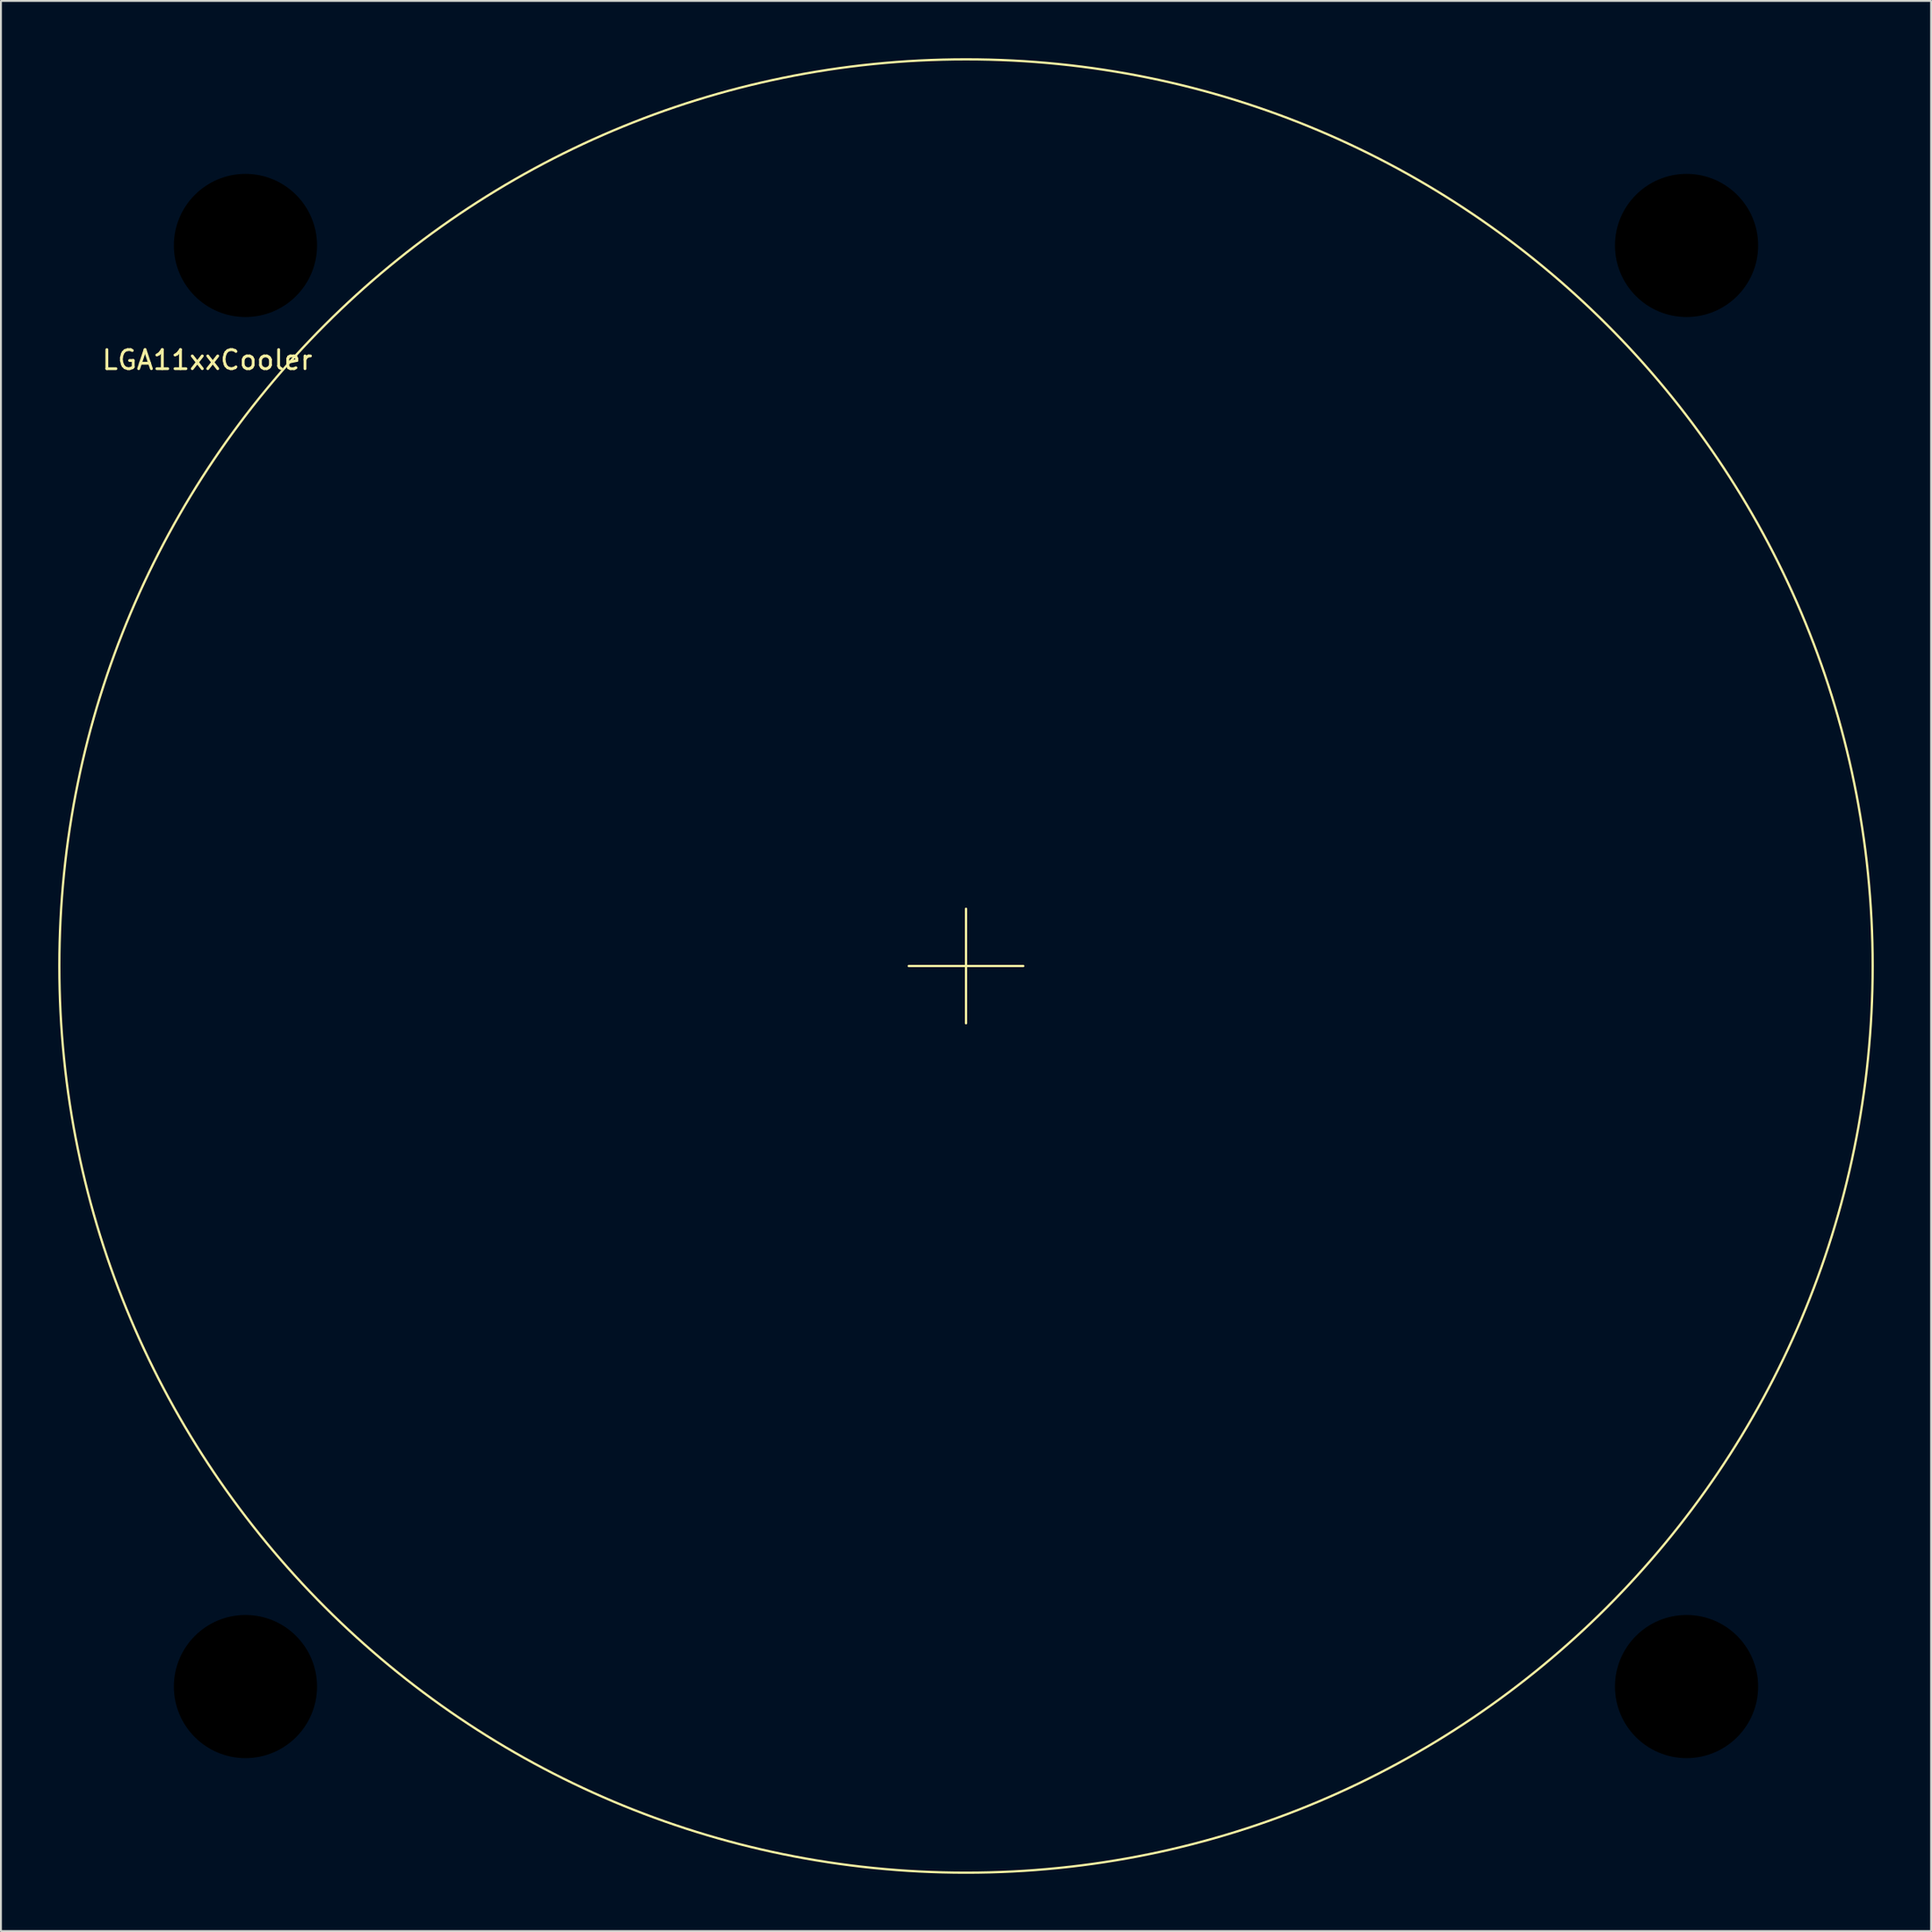
<source format=kicad_pcb>
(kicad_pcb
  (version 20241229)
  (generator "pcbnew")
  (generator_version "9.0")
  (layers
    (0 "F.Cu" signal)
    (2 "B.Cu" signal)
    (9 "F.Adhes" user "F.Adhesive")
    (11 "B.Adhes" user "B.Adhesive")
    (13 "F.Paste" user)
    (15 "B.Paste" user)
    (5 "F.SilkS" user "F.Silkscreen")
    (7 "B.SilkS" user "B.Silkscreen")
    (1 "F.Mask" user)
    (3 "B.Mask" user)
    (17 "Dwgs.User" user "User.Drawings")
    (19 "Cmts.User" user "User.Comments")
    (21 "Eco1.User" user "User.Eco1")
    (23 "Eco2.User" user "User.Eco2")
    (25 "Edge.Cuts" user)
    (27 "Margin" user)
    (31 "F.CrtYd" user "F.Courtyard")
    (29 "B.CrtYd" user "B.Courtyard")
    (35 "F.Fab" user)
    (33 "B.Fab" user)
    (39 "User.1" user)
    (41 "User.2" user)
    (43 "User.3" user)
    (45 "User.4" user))
  (footprint "LGA11xxCooler"
    (layer "F.Cu")
    (at 47.56 47.56)
    (property "Reference" "LGA11xxCooler" (at -39.75 -31.75 0) (unlocked yes) (layer "F.SilkS") (effects (font (size 1 1) (thickness 0.15))))
    (attr through_hole)
    (fp_line (start -3 0) (end 3 0) (stroke (width 0.12) (type default)) (layer "F.SilkS"))
    (fp_line (start 0 -3) (end 0 3) (stroke (width 0.12) (type default)) (layer "F.SilkS"))
    (fp_circle (center 0 0) (end 47.5 0) (stroke (width 0.12) (type default)) (fill no) (layer "F.SilkS"))
    (pad "" np_thru_hole circle (at -37.75 -37.75) (size 8 8) (drill 7.5) (layers "*.Mask"))
    (pad "" np_thru_hole circle (at -37.75 37.75) (size 8 8) (drill 7.5) (layers "*.Mask"))
    (pad "" np_thru_hole circle (at 37.75 -37.75) (size 8 8) (drill 7.5) (layers "*.Mask"))
    (pad "" np_thru_hole circle (at 37.75 37.75) (size 8 8) (drill 7.5) (layers "*.Mask")))
  (gr_rect
    (start -3 -3)
    (end 98.12 98.12)
    (stroke (width 0.1) (type default))
    (fill no)
    (layer "Edge.Cuts")))
</source>
